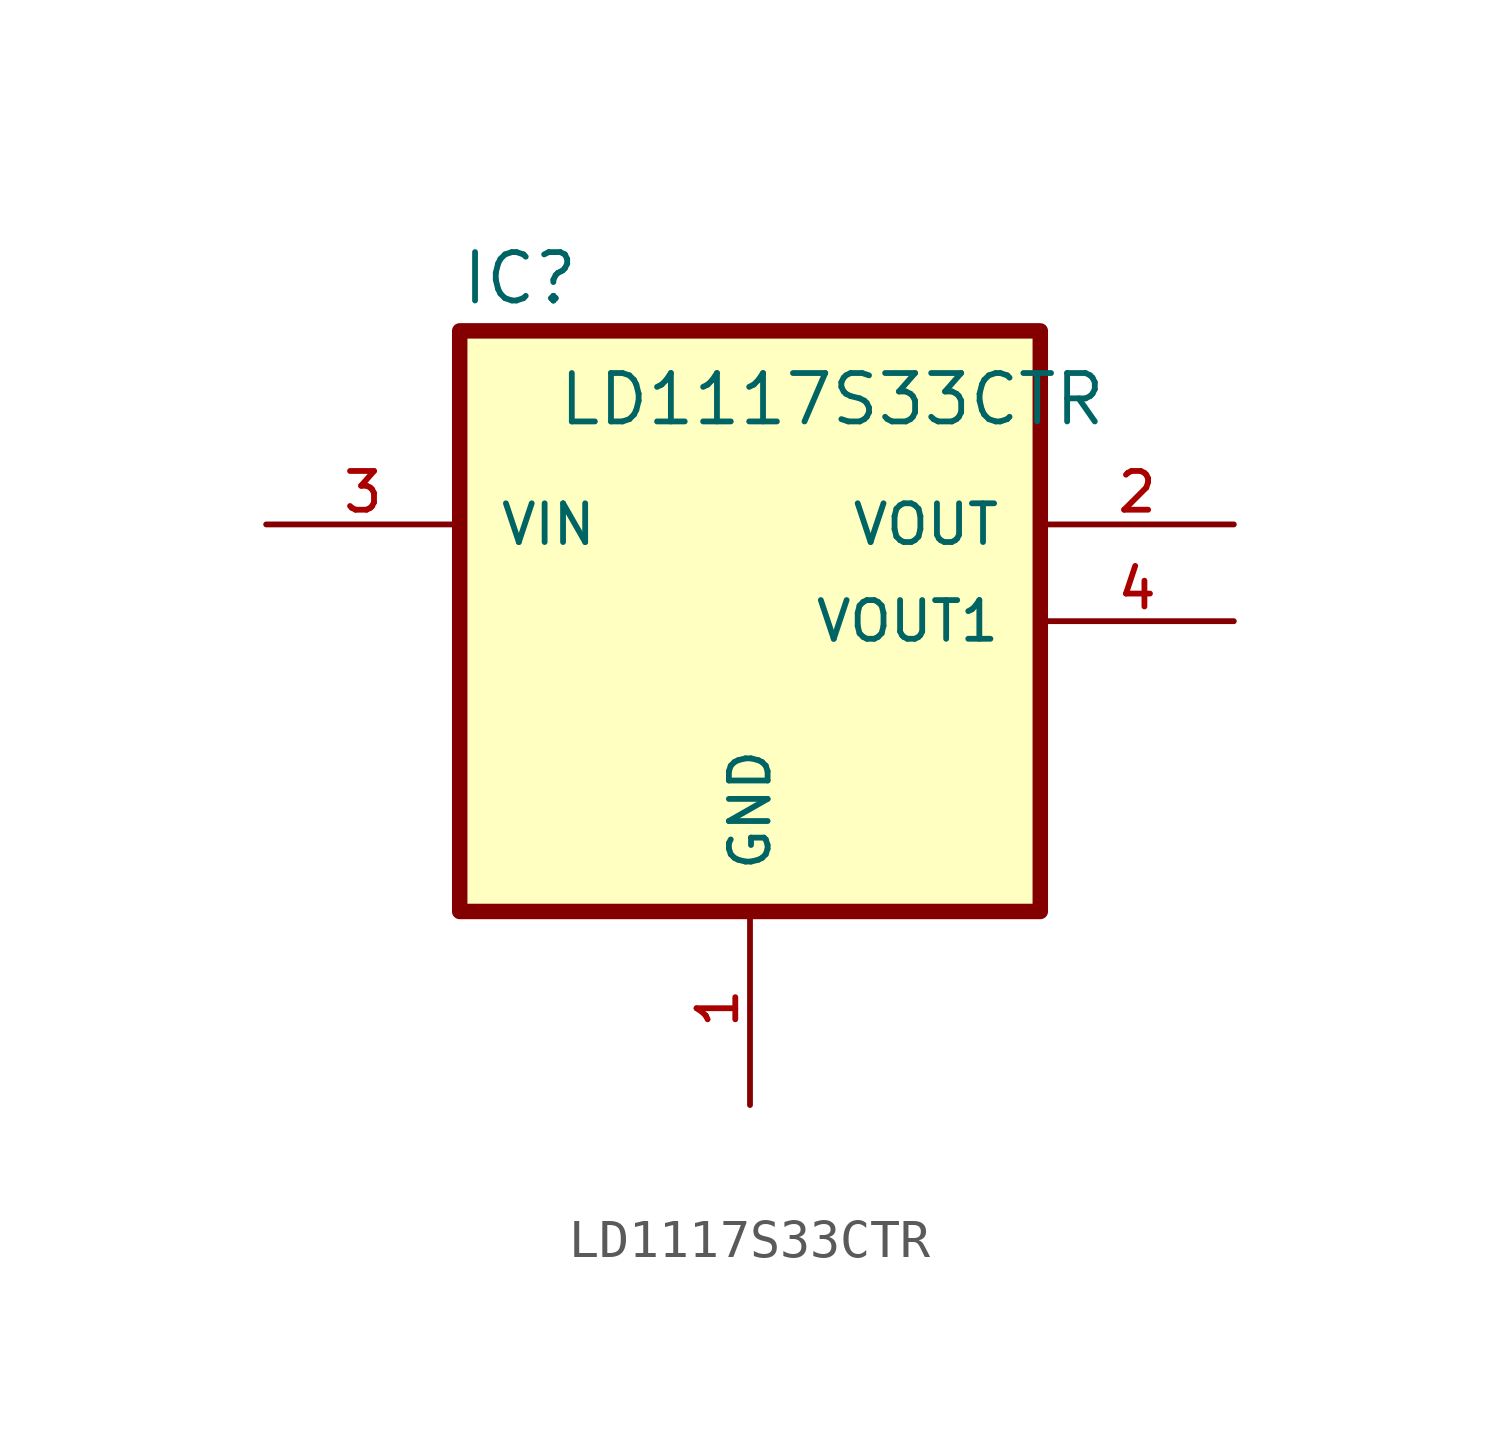
<source format=kicad_sym>
(kicad_symbol_lib
  (version 20211014)
  (generator kicad_symbol_editor)
  (symbol "LD1117S33CTR"
    (pin_names
      (offset 1.016))
    (property "Reference" "IC"
      (at -7.62 5.715 0)
      (effects (font (size 1.27 1.27)) (justify bottom left)))
    (property "Value" "LD1117S33CTR"
      (at -5.08 2.54 0)
      (effects (font (size 1.27 1.27)) (justify bottom left)))
    (symbol "LD1117S33CTR_0_0"
      (rectangle (start -7.62 -10.16) (end 7.62 5.08) (stroke (width 0.406)) (fill (type background)))
      (pin power_in line (at 0.0 -15.24 90.0) (length 5.08) (name "GND" (effects (font (size 1.016 1.016)))) (number "1" (effects (font (size 1.016 1.016)))))
      (pin input line (at -12.7 0.0 0) (length 5.08) (name "VIN" (effects (font (size 1.016 1.016)))) (number "3" (effects (font (size 1.016 1.016)))))
      (pin power_in line (at 12.7 0.0 180.0) (length 5.08) (name "VOUT" (effects (font (size 1.016 1.016)))) (number "2" (effects (font (size 1.016 1.016)))))
      (pin power_in line (at 12.7 -2.54 180.0) (length 5.08) (name "VOUT1" (effects (font (size 1.016 1.016)))) (number "4" (effects (font (size 1.016 1.016))))))))
</source>
